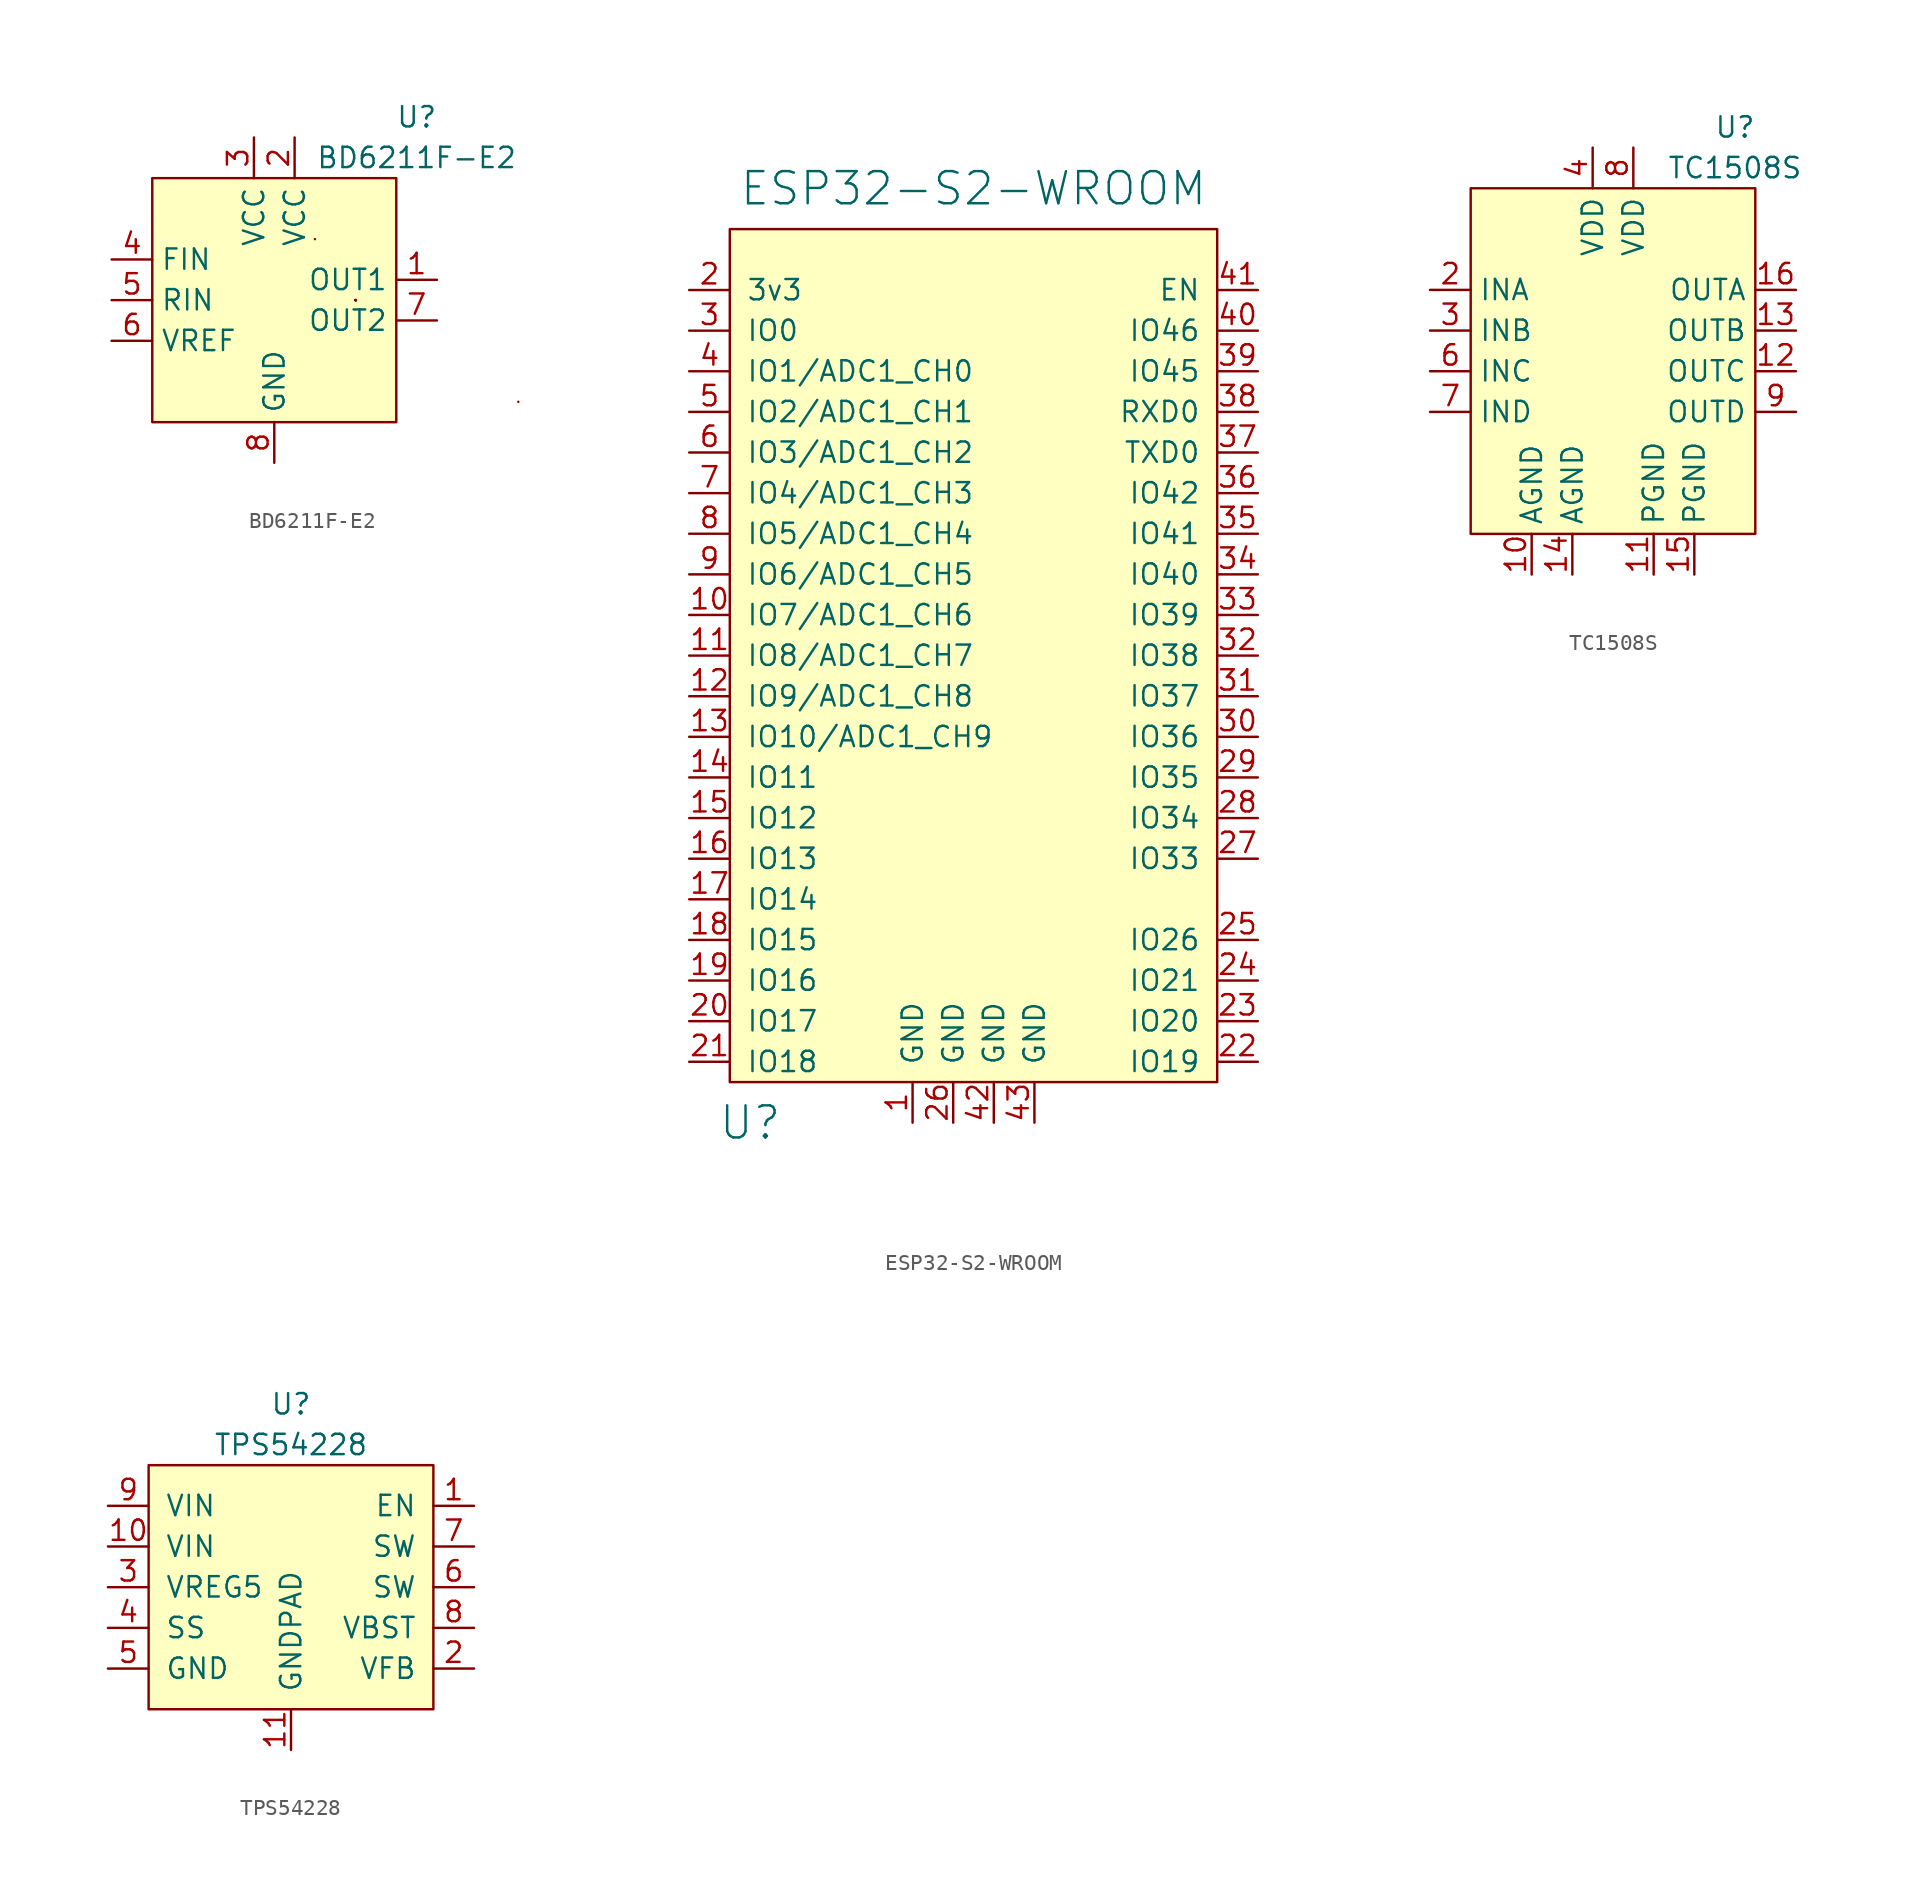
<source format=kicad_sym>
(kicad_symbol_lib
  (version 20211014)
  (generator kicad_symbol_editor)
  (symbol "BD6211F-E2"
    (property "Reference" "U"
      (at 8.89 3.81 0)
      (effects (font (size 1.27 1.27))))
    (property "Value" "BD6211F-E2"
      (at 8.89 1.27 0)
      (effects (font (size 1.27 1.27))))
    (symbol "BD6211F-E2_0_1"
      (rectangle (start -7.62 0) (end 7.62 -15.24) (stroke (width 0.152) (type default) (color 0 0 0 0)) (fill (type background)))
      (rectangle (start 2.54 -3.81) (end 2.54 -3.81) (stroke (width 0.152) (type default) (color 0 0 0 0)) (fill (type none)))
      (rectangle (start 5.08 -7.62) (end 5.08 -7.62) (stroke (width 0.152) (type default) (color 0 0 0 0)) (fill (type none)))
      (rectangle (start 5.08 -7.62) (end 5.08 -7.62) (stroke (width 0.152) (type default) (color 0 0 0 0)) (fill (type none)))
      (rectangle (start 5.08 -7.62) (end 5.08 -7.62) (stroke (width 0.152) (type default) (color 0 0 0 0)) (fill (type none)))
      (rectangle (start 5.08 -7.62) (end 5.08 -7.62) (stroke (width 0.152) (type default) (color 0 0 0 0)) (fill (type none)))
      (rectangle (start 5.08 -7.62) (end 5.08 -7.62) (stroke (width 0.152) (type default) (color 0 0 0 0)) (fill (type none)))
      (rectangle (start 5.08 -7.62) (end 5.08 -7.62) (stroke (width 0.152) (type default) (color 0 0 0 0)) (fill (type none)))
      (rectangle (start 5.08 -7.62) (end 5.08 -7.62) (stroke (width 0.152) (type default) (color 0 0 0 0)) (fill (type none)))
      (rectangle (start 5.08 -7.62) (end 5.08 -7.62) (stroke (width 0.152) (type default) (color 0 0 0 0)) (fill (type none)))
      (rectangle (start 5.08 -7.62) (end 5.08 -7.62) (stroke (width 0.152) (type default) (color 0 0 0 0)) (fill (type none)))
      (rectangle (start 5.08 -7.62) (end 5.08 -7.62) (stroke (width 0.152) (type default) (color 0 0 0 0)) (fill (type none)))
      (rectangle (start 5.08 -7.62) (end 5.08 -7.62) (stroke (width 0.152) (type default) (color 0 0 0 0)) (fill (type none)))
      (rectangle (start 15.24 -13.97) (end 15.24 -13.97) (stroke (width 0.152) (type default) (color 0 0 0 0)) (fill (type none))))
    (symbol "BD6211F-E2_1_1"
      (pin output line (at 10.16 -6.35 180) (length 2.54) (name "OUT1" (effects (font (size 1.27 1.27)))) (number "1" (effects (font (size 1.27 1.27)))))
      (pin power_in line (at 1.27 2.54 270) (length 2.54) (name "VCC" (effects (font (size 1.27 1.27)))) (number "2" (effects (font (size 1.27 1.27)))))
      (pin power_in line (at -1.27 2.54 270) (length 2.54) (name "VCC" (effects (font (size 1.27 1.27)))) (number "3" (effects (font (size 1.27 1.27)))))
      (pin input line (at -10.16 -5.08 0) (length 2.54) (name "FIN" (effects (font (size 1.27 1.27)))) (number "4" (effects (font (size 1.27 1.27)))))
      (pin input line (at -10.16 -7.62 0) (length 2.54) (name "RIN" (effects (font (size 1.27 1.27)))) (number "5" (effects (font (size 1.27 1.27)))))
      (pin input line (at -10.16 -10.16 0) (length 2.54) (name "VREF" (effects (font (size 1.27 1.27)))) (number "6" (effects (font (size 1.27 1.27)))))
      (pin output line (at 10.16 -8.89 180) (length 2.54) (name "OUT2" (effects (font (size 1.27 1.27)))) (number "7" (effects (font (size 1.27 1.27)))))
      (pin power_in line (at 0 -17.78 90) (length 2.54) (name "GND" (effects (font (size 1.27 1.27)))) (number "8" (effects (font (size 1.27 1.27)))))))
  (symbol "ESP32-S2-WROOM"
    (pin_names
      (offset 1.016))
    (property "Reference" "U"
      (at 3.81 -58.42 0)
      (effects (font (size 2.007 2.007))))
    (property "Value" "ESP32-S2-WROOM"
      (at 17.78 0 0)
      (effects (font (size 2.007 2.007))))
    (symbol "ESP32-S2-WROOM_0_1"
      (rectangle (start 2.54 -2.54) (end 33.02 -55.88) (stroke (width 0) (type default) (color 0 0 0 0)) (fill (type background))))
    (symbol "ESP32-S2-WROOM_1_1"
      (pin power_in line (at 13.97 -58.42 90) (length 2.54) (name "GND" (effects (font (size 1.27 1.27)))) (number "1" (effects (font (size 1.27 1.27)))))
      (pin unspecified line (at 0 -26.67 0) (length 2.54) (name "IO7/ADC1_CH6" (effects (font (size 1.27 1.27)))) (number "10" (effects (font (size 1.27 1.27)))))
      (pin unspecified line (at 0 -29.21 0) (length 2.54) (name "IO8/ADC1_CH7" (effects (font (size 1.27 1.27)))) (number "11" (effects (font (size 1.27 1.27)))))
      (pin unspecified line (at 0 -31.75 0) (length 2.54) (name "IO9/ADC1_CH8" (effects (font (size 1.27 1.27)))) (number "12" (effects (font (size 1.27 1.27)))))
      (pin unspecified line (at 0 -34.29 0) (length 2.54) (name "IO10/ADC1_CH9" (effects (font (size 1.27 1.27)))) (number "13" (effects (font (size 1.27 1.27)))))
      (pin unspecified line (at 0 -36.83 0) (length 2.54) (name "IO11" (effects (font (size 1.27 1.27)))) (number "14" (effects (font (size 1.27 1.27)))))
      (pin unspecified line (at 0 -39.37 0) (length 2.54) (name "IO12" (effects (font (size 1.27 1.27)))) (number "15" (effects (font (size 1.27 1.27)))))
      (pin unspecified line (at 0 -41.91 0) (length 2.54) (name "IO13" (effects (font (size 1.27 1.27)))) (number "16" (effects (font (size 1.27 1.27)))))
      (pin unspecified line (at 0 -44.45 0) (length 2.54) (name "IO14" (effects (font (size 1.27 1.27)))) (number "17" (effects (font (size 1.27 1.27)))))
      (pin unspecified line (at 0 -46.99 0) (length 2.54) (name "IO15" (effects (font (size 1.27 1.27)))) (number "18" (effects (font (size 1.27 1.27)))))
      (pin unspecified line (at 0 -49.53 0) (length 2.54) (name "IO16" (effects (font (size 1.27 1.27)))) (number "19" (effects (font (size 1.27 1.27)))))
      (pin power_in line (at 0 -6.35 0) (length 2.54) (name "3v3" (effects (font (size 1.27 1.27)))) (number "2" (effects (font (size 1.27 1.27)))))
      (pin unspecified line (at 0 -52.07 0) (length 2.54) (name "IO17" (effects (font (size 1.27 1.27)))) (number "20" (effects (font (size 1.27 1.27)))))
      (pin unspecified line (at 0 -54.61 0) (length 2.54) (name "IO18" (effects (font (size 1.27 1.27)))) (number "21" (effects (font (size 1.27 1.27)))))
      (pin unspecified line (at 35.56 -54.61 180) (length 2.54) (name "IO19" (effects (font (size 1.27 1.27)))) (number "22" (effects (font (size 1.27 1.27)))))
      (pin bidirectional line (at 35.56 -52.07 180) (length 2.54) (name "IO20" (effects (font (size 1.27 1.27)))) (number "23" (effects (font (size 1.27 1.27)))))
      (pin unspecified line (at 35.56 -49.53 180) (length 2.54) (name "IO21" (effects (font (size 1.27 1.27)))) (number "24" (effects (font (size 1.27 1.27)))))
      (pin unspecified line (at 35.56 -46.99 180) (length 2.54) (name "IO26" (effects (font (size 1.27 1.27)))) (number "25" (effects (font (size 1.27 1.27)))))
      (pin power_in line (at 16.51 -58.42 90) (length 2.54) (name "GND" (effects (font (size 1.27 1.27)))) (number "26" (effects (font (size 1.27 1.27)))))
      (pin unspecified line (at 35.56 -41.91 180) (length 2.54) (name "IO33" (effects (font (size 1.27 1.27)))) (number "27" (effects (font (size 1.27 1.27)))))
      (pin unspecified line (at 35.56 -39.37 180) (length 2.54) (name "IO34" (effects (font (size 1.27 1.27)))) (number "28" (effects (font (size 1.27 1.27)))))
      (pin unspecified line (at 35.56 -36.83 180) (length 2.54) (name "IO35" (effects (font (size 1.27 1.27)))) (number "29" (effects (font (size 1.27 1.27)))))
      (pin unspecified line (at 0 -8.89 0) (length 2.54) (name "IO0" (effects (font (size 1.27 1.27)))) (number "3" (effects (font (size 1.27 1.27)))))
      (pin unspecified line (at 35.56 -34.29 180) (length 2.54) (name "IO36" (effects (font (size 1.27 1.27)))) (number "30" (effects (font (size 1.27 1.27)))))
      (pin unspecified line (at 35.56 -31.75 180) (length 2.54) (name "IO37" (effects (font (size 1.27 1.27)))) (number "31" (effects (font (size 1.27 1.27)))))
      (pin unspecified line (at 35.56 -29.21 180) (length 2.54) (name "IO38" (effects (font (size 1.27 1.27)))) (number "32" (effects (font (size 1.27 1.27)))))
      (pin unspecified line (at 35.56 -26.67 180) (length 2.54) (name "IO39" (effects (font (size 1.27 1.27)))) (number "33" (effects (font (size 1.27 1.27)))))
      (pin unspecified line (at 35.56 -24.13 180) (length 2.54) (name "IO40" (effects (font (size 1.27 1.27)))) (number "34" (effects (font (size 1.27 1.27)))))
      (pin unspecified line (at 35.56 -21.59 180) (length 2.54) (name "IO41" (effects (font (size 1.27 1.27)))) (number "35" (effects (font (size 1.27 1.27)))))
      (pin unspecified line (at 35.56 -19.05 180) (length 2.54) (name "IO42" (effects (font (size 1.27 1.27)))) (number "36" (effects (font (size 1.27 1.27)))))
      (pin unspecified line (at 35.56 -16.51 180) (length 2.54) (name "TXD0" (effects (font (size 1.27 1.27)))) (number "37" (effects (font (size 1.27 1.27)))))
      (pin unspecified line (at 35.56 -13.97 180) (length 2.54) (name "RXD0" (effects (font (size 1.27 1.27)))) (number "38" (effects (font (size 1.27 1.27)))))
      (pin unspecified line (at 35.56 -11.43 180) (length 2.54) (name "IO45" (effects (font (size 1.27 1.27)))) (number "39" (effects (font (size 1.27 1.27)))))
      (pin unspecified line (at 0 -11.43 0) (length 2.54) (name "IO1/ADC1_CH0" (effects (font (size 1.27 1.27)))) (number "4" (effects (font (size 1.27 1.27)))))
      (pin unspecified line (at 35.56 -8.89 180) (length 2.54) (name "IO46" (effects (font (size 1.27 1.27)))) (number "40" (effects (font (size 1.27 1.27)))))
      (pin input line (at 35.56 -6.35 180) (length 2.54) (name "EN" (effects (font (size 1.27 1.27)))) (number "41" (effects (font (size 1.27 1.27)))))
      (pin power_in line (at 19.05 -58.42 90) (length 2.54) (name "GND" (effects (font (size 1.27 1.27)))) (number "42" (effects (font (size 1.27 1.27)))))
      (pin power_in line (at 21.59 -58.42 90) (length 2.54) (name "GND" (effects (font (size 1.27 1.27)))) (number "43" (effects (font (size 1.27 1.27)))))
      (pin unspecified line (at 0 -13.97 0) (length 2.54) (name "IO2/ADC1_CH1" (effects (font (size 1.27 1.27)))) (number "5" (effects (font (size 1.27 1.27)))))
      (pin unspecified line (at 0 -16.51 0) (length 2.54) (name "IO3/ADC1_CH2" (effects (font (size 1.27 1.27)))) (number "6" (effects (font (size 1.27 1.27)))))
      (pin unspecified line (at 0 -19.05 0) (length 2.54) (name "IO4/ADC1_CH3" (effects (font (size 1.27 1.27)))) (number "7" (effects (font (size 1.27 1.27)))))
      (pin unspecified line (at 0 -21.59 0) (length 2.54) (name "IO5/ADC1_CH4" (effects (font (size 1.27 1.27)))) (number "8" (effects (font (size 1.27 1.27)))))
      (pin unspecified line (at 0 -24.13 0) (length 2.54) (name "IO6/ADC1_CH5" (effects (font (size 1.27 1.27)))) (number "9" (effects (font (size 1.27 1.27)))))))
  (symbol "TC1508S"
    (property "Reference" "U"
      (at 7.62 3.81 0)
      (effects (font (size 1.27 1.27))))
    (property "Value" "TC1508S"
      (at 7.62 1.27 0)
      (effects (font (size 1.27 1.27))))
    (symbol "TC1508S_0_1"
      (rectangle (start -8.89 0) (end 8.89 -21.59) (stroke (width 0.152) (type default) (color 0 0 0 0)) (fill (type background))))
    (symbol "TC1508S_1_1"
      (pin power_in line (at -5.08 -24.13 90) (length 2.54) (name "AGND" (effects (font (size 1.27 1.27)))) (number "10" (effects (font (size 1.27 1.27)))))
      (pin power_in line (at 2.54 -24.13 90) (length 2.54) (name "PGND" (effects (font (size 1.27 1.27)))) (number "11" (effects (font (size 1.27 1.27)))))
      (pin output line (at 11.43 -11.43 180) (length 2.54) (name "OUTC" (effects (font (size 1.27 1.27)))) (number "12" (effects (font (size 1.27 1.27)))))
      (pin output line (at 11.43 -8.89 180) (length 2.54) (name "OUTB" (effects (font (size 1.27 1.27)))) (number "13" (effects (font (size 1.27 1.27)))))
      (pin power_in line (at -2.54 -24.13 90) (length 2.54) (name "AGND" (effects (font (size 1.27 1.27)))) (number "14" (effects (font (size 1.27 1.27)))))
      (pin power_in line (at 5.08 -24.13 90) (length 2.54) (name "PGND" (effects (font (size 1.27 1.27)))) (number "15" (effects (font (size 1.27 1.27)))))
      (pin output line (at 11.43 -6.35 180) (length 2.54) (name "OUTA" (effects (font (size 1.27 1.27)))) (number "16" (effects (font (size 1.27 1.27)))))
      (pin input line (at -11.43 -6.35 0) (length 2.54) (name "INA" (effects (font (size 1.27 1.27)))) (number "2" (effects (font (size 1.27 1.27)))))
      (pin input line (at -11.43 -8.89 0) (length 2.54) (name "INB" (effects (font (size 1.27 1.27)))) (number "3" (effects (font (size 1.27 1.27)))))
      (pin power_in line (at -1.27 2.54 270) (length 2.54) (name "VDD" (effects (font (size 1.27 1.27)))) (number "4" (effects (font (size 1.27 1.27)))))
      (pin input line (at -11.43 -11.43 0) (length 2.54) (name "INC" (effects (font (size 1.27 1.27)))) (number "6" (effects (font (size 1.27 1.27)))))
      (pin input line (at -11.43 -13.97 0) (length 2.54) (name "IND" (effects (font (size 1.27 1.27)))) (number "7" (effects (font (size 1.27 1.27)))))
      (pin power_in line (at 1.27 2.54 270) (length 2.54) (name "VDD" (effects (font (size 1.27 1.27)))) (number "8" (effects (font (size 1.27 1.27)))))
      (pin output line (at 11.43 -13.97 180) (length 2.54) (name "OUTD" (effects (font (size 1.27 1.27)))) (number "9" (effects (font (size 1.27 1.27)))))))
  (symbol "TPS54228"
    (pin_names
      (offset 1.016))
    (property "Reference" "U"
      (at -3.81 19.05 0)
      (effects (font (size 1.27 1.27))))
    (property "Value" "TPS54228"
      (at -3.81 16.51 0)
      (effects (font (size 1.27 1.27))))
    (symbol "TPS54228_0_1"
      (rectangle (start -12.7 0) (end 5.08 15.24) (stroke (width 0) (type default) (color 0 0 0 0)) (fill (type background))))
    (symbol "TPS54228_1_1"
      (pin input line (at 7.62 12.7 180) (length 2.54) (name "EN" (effects (font (size 1.27 1.27)))) (number "1" (effects (font (size 1.27 1.27)))))
      (pin power_in line (at -15.24 10.16 0) (length 2.54) (name "VIN" (effects (font (size 1.27 1.27)))) (number "10" (effects (font (size 1.27 1.27)))))
      (pin power_in line (at -3.81 -2.54 90) (length 2.54) (name "GNDPAD" (effects (font (size 1.27 1.27)))) (number "11" (effects (font (size 1.27 1.27)))))
      (pin input line (at 7.62 2.54 180) (length 2.54) (name "VFB" (effects (font (size 1.27 1.27)))) (number "2" (effects (font (size 1.27 1.27)))))
      (pin power_out line (at -15.24 7.62 0) (length 2.54) (name "VREG5" (effects (font (size 1.27 1.27)))) (number "3" (effects (font (size 1.27 1.27)))))
      (pin input line (at -15.24 5.08 0) (length 2.54) (name "SS" (effects (font (size 1.27 1.27)))) (number "4" (effects (font (size 1.27 1.27)))))
      (pin power_in line (at -15.24 2.54 0) (length 2.54) (name "GND" (effects (font (size 1.27 1.27)))) (number "5" (effects (font (size 1.27 1.27)))))
      (pin passive line (at 7.62 7.62 180) (length 2.54) (name "SW" (effects (font (size 1.27 1.27)))) (number "6" (effects (font (size 1.27 1.27)))))
      (pin power_out line (at 7.62 10.16 180) (length 2.54) (name "SW" (effects (font (size 1.27 1.27)))) (number "7" (effects (font (size 1.27 1.27)))))
      (pin input line (at 7.62 5.08 180) (length 2.54) (name "VBST" (effects (font (size 1.27 1.27)))) (number "8" (effects (font (size 1.27 1.27)))))
      (pin power_in line (at -15.24 12.7 0) (length 2.54) (name "VIN" (effects (font (size 1.27 1.27)))) (number "9" (effects (font (size 1.27 1.27))))))))
</source>
